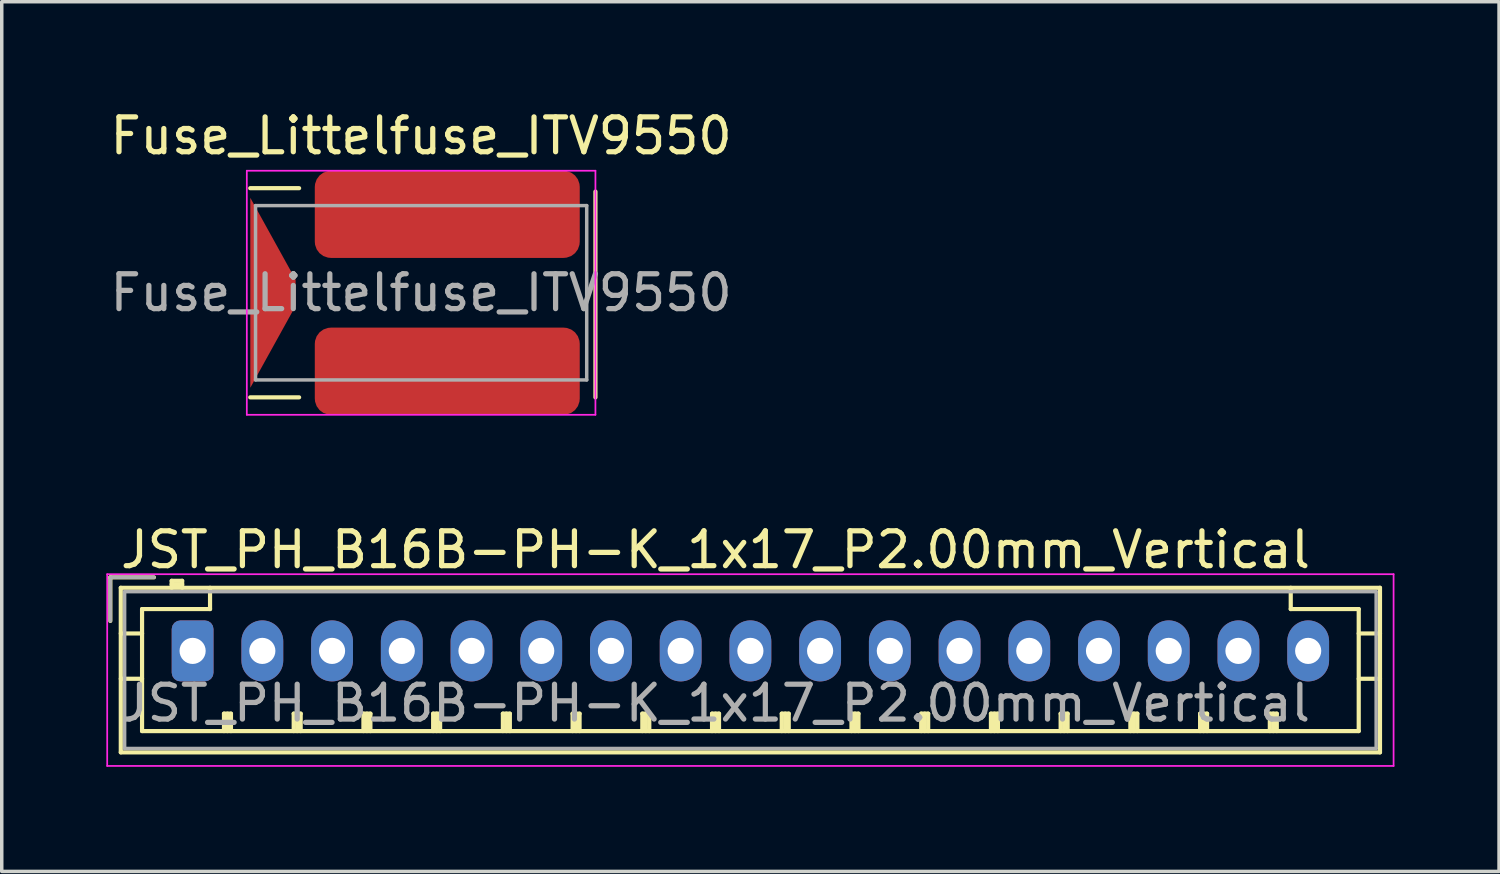
<source format=kicad_pcb>
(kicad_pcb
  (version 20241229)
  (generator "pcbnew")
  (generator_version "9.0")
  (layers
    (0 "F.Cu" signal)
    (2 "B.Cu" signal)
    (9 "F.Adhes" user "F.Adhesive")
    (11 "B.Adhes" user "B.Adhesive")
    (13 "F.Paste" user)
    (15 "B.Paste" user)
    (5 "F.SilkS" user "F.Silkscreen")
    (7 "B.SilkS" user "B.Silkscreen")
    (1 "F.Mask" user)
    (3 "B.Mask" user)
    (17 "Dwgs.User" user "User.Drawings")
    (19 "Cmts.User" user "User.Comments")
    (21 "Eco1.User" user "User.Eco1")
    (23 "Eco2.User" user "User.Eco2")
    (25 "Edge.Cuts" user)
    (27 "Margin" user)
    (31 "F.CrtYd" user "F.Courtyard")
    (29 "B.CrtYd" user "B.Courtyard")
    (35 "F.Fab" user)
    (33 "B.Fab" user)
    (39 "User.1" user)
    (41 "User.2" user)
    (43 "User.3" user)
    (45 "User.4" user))
  (footprint "Fuse_Littelfuse_ITV9550"
    (layer "F.Cu")
    (at 9.03 5.348)
    (property "Reference" "Fuse_Littelfuse_ITV9550" (at 0 -4.5 0) (layer "F.SilkS") (effects (font (size 1 1) (thickness 0.15))))
    (attr smd)
    (fp_line (start -4.902 -3) (end -3.5 -3) (stroke (width 0.12) (type solid)) (layer "F.SilkS"))
    (fp_line (start -4.902 3) (end -3.5 3) (stroke (width 0.12) (type solid)) (layer "F.SilkS"))
    (fp_line (start 5 3) (end 5 -2.902) (stroke (width 0.12) (type solid)) (layer "F.SilkS"))
    (fp_line (start -5 -3.5) (end 5 -3.5) (stroke (width 0.05) (type solid)) (layer "F.CrtYd"))
    (fp_line (start -5 3.5) (end -5 -3.5) (stroke (width 0.05) (type solid)) (layer "F.CrtYd"))
    (fp_line (start 5 -3.5) (end 5 3.5) (stroke (width 0.05) (type solid)) (layer "F.CrtYd"))
    (fp_line (start 5 3.5) (end -5 3.5) (stroke (width 0.05) (type solid)) (layer "F.CrtYd"))
    (fp_line (start -4.75 -2.5) (end 4.75 -2.5) (stroke (width 0.1) (type solid)) (layer "F.Fab"))
    (fp_line (start -4.75 2.5) (end -4.75 -2.5) (stroke (width 0.1) (type solid)) (layer "F.Fab"))
    (fp_line (start 4.75 -2.5) (end 4.75 2.5) (stroke (width 0.1) (type solid)) (layer "F.Fab"))
    (fp_line (start 4.75 2.5) (end -4.75 2.5) (stroke (width 0.1) (type solid)) (layer "F.Fab"))
    (fp_text user "${REFERENCE}" (at 0 0 0) (layer "F.Fab") (effects (font (size 1 1) (thickness 0.15))))
    (pad "1" smd roundrect (at 0.75 -2.25) (size 7.6 2.5) (layers "F.Cu" "F.Mask" "F.Paste") (roundrect_rratio 0.185))
    (pad "2" smd trapezoid (at -4.25 0 270) (size 3.1 1.3) (rect_delta 0 2.35) (layers "F.Cu" "F.Mask" "F.Paste"))
    (pad "3" smd roundrect (at 0.75 2.25) (size 7.6 2.5) (layers "F.Cu" "F.Mask" "F.Paste") (roundrect_rratio 0.185)))
  (footprint "JST_PH_B16B-PH-K_1x17_P2.00mm_Vertical"
    (layer "F.Cu")
    (at 2.475 15.621)
    (property "Reference" "JST_PH_B16B-PH-K_1x17_P2.00mm_Vertical" (at 15 -2.9 0) (layer "F.SilkS") (effects (font (size 1 1) (thickness 0.15))))
    (attr through_hole)
    (fp_line (start -2.36 -2.11) (end -2.36 -0.86) (stroke (width 0.12) (type solid)) (layer "F.SilkS"))
    (fp_line (start -2.06 -1.81) (end -2.06 2.91) (stroke (width 0.12) (type solid)) (layer "F.SilkS"))
    (fp_line (start -2.06 -0.5) (end -1.45 -0.5) (stroke (width 0.12) (type solid)) (layer "F.SilkS"))
    (fp_line (start -2.06 0.8) (end -1.45 0.8) (stroke (width 0.12) (type solid)) (layer "F.SilkS"))
    (fp_line (start -2.06 2.91) (end 34.06 2.91) (stroke (width 0.12) (type solid)) (layer "F.SilkS"))
    (fp_line (start -1.45 -1.2) (end -1.45 2.3) (stroke (width 0.12) (type solid)) (layer "F.SilkS"))
    (fp_line (start -1.45 2.3) (end 33.45 2.3) (stroke (width 0.12) (type solid)) (layer "F.SilkS"))
    (fp_line (start -1.11 -2.11) (end -2.36 -2.11) (stroke (width 0.12) (type solid)) (layer "F.SilkS"))
    (fp_line (start -0.6 -2.01) (end -0.6 -1.81) (stroke (width 0.12) (type solid)) (layer "F.SilkS"))
    (fp_line (start -0.3 -2.01) (end -0.6 -2.01) (stroke (width 0.12) (type solid)) (layer "F.SilkS"))
    (fp_line (start -0.3 -1.91) (end -0.6 -1.91) (stroke (width 0.12) (type solid)) (layer "F.SilkS"))
    (fp_line (start -0.3 -1.81) (end -0.3 -2.01) (stroke (width 0.12) (type solid)) (layer "F.SilkS"))
    (fp_line (start 0.5 -1.81) (end 0.5 -1.2) (stroke (width 0.12) (type solid)) (layer "F.SilkS"))
    (fp_line (start 0.5 -1.2) (end -1.45 -1.2) (stroke (width 0.12) (type solid)) (layer "F.SilkS"))
    (fp_line (start 0.9 1.8) (end 1.1 1.8) (stroke (width 0.12) (type solid)) (layer "F.SilkS"))
    (fp_line (start 0.9 2.3) (end 0.9 1.8) (stroke (width 0.12) (type solid)) (layer "F.SilkS"))
    (fp_line (start 1 2.3) (end 1 1.8) (stroke (width 0.12) (type solid)) (layer "F.SilkS"))
    (fp_line (start 1.1 1.8) (end 1.1 2.3) (stroke (width 0.12) (type solid)) (layer "F.SilkS"))
    (fp_line (start 2.9 1.8) (end 3.1 1.8) (stroke (width 0.12) (type solid)) (layer "F.SilkS"))
    (fp_line (start 2.9 2.3) (end 2.9 1.8) (stroke (width 0.12) (type solid)) (layer "F.SilkS"))
    (fp_line (start 3 2.3) (end 3 1.8) (stroke (width 0.12) (type solid)) (layer "F.SilkS"))
    (fp_line (start 3.1 1.8) (end 3.1 2.3) (stroke (width 0.12) (type solid)) (layer "F.SilkS"))
    (fp_line (start 4.9 1.8) (end 5.1 1.8) (stroke (width 0.12) (type solid)) (layer "F.SilkS"))
    (fp_line (start 4.9 2.3) (end 4.9 1.8) (stroke (width 0.12) (type solid)) (layer "F.SilkS"))
    (fp_line (start 5 2.3) (end 5 1.8) (stroke (width 0.12) (type solid)) (layer "F.SilkS"))
    (fp_line (start 5.1 1.8) (end 5.1 2.3) (stroke (width 0.12) (type solid)) (layer "F.SilkS"))
    (fp_line (start 6.9 1.8) (end 7.1 1.8) (stroke (width 0.12) (type solid)) (layer "F.SilkS"))
    (fp_line (start 6.9 2.3) (end 6.9 1.8) (stroke (width 0.12) (type solid)) (layer "F.SilkS"))
    (fp_line (start 7 2.3) (end 7 1.8) (stroke (width 0.12) (type solid)) (layer "F.SilkS"))
    (fp_line (start 7.1 1.8) (end 7.1 2.3) (stroke (width 0.12) (type solid)) (layer "F.SilkS"))
    (fp_line (start 8.9 1.8) (end 9.1 1.8) (stroke (width 0.12) (type solid)) (layer "F.SilkS"))
    (fp_line (start 8.9 2.3) (end 8.9 1.8) (stroke (width 0.12) (type solid)) (layer "F.SilkS"))
    (fp_line (start 9 2.3) (end 9 1.8) (stroke (width 0.12) (type solid)) (layer "F.SilkS"))
    (fp_line (start 9.1 1.8) (end 9.1 2.3) (stroke (width 0.12) (type solid)) (layer "F.SilkS"))
    (fp_line (start 10.9 1.8) (end 11.1 1.8) (stroke (width 0.12) (type solid)) (layer "F.SilkS"))
    (fp_line (start 10.9 2.3) (end 10.9 1.8) (stroke (width 0.12) (type solid)) (layer "F.SilkS"))
    (fp_line (start 11 2.3) (end 11 1.8) (stroke (width 0.12) (type solid)) (layer "F.SilkS"))
    (fp_line (start 11.1 1.8) (end 11.1 2.3) (stroke (width 0.12) (type solid)) (layer "F.SilkS"))
    (fp_line (start 12.9 1.8) (end 13.1 1.8) (stroke (width 0.12) (type solid)) (layer "F.SilkS"))
    (fp_line (start 12.9 2.3) (end 12.9 1.8) (stroke (width 0.12) (type solid)) (layer "F.SilkS"))
    (fp_line (start 13 2.3) (end 13 1.8) (stroke (width 0.12) (type solid)) (layer "F.SilkS"))
    (fp_line (start 13.1 1.8) (end 13.1 2.3) (stroke (width 0.12) (type solid)) (layer "F.SilkS"))
    (fp_line (start 14.9 1.8) (end 15.1 1.8) (stroke (width 0.12) (type solid)) (layer "F.SilkS"))
    (fp_line (start 14.9 2.3) (end 14.9 1.8) (stroke (width 0.12) (type solid)) (layer "F.SilkS"))
    (fp_line (start 15 2.3) (end 15 1.8) (stroke (width 0.12) (type solid)) (layer "F.SilkS"))
    (fp_line (start 15.1 1.8) (end 15.1 2.3) (stroke (width 0.12) (type solid)) (layer "F.SilkS"))
    (fp_line (start 16.9 1.8) (end 17.1 1.8) (stroke (width 0.12) (type solid)) (layer "F.SilkS"))
    (fp_line (start 16.9 2.3) (end 16.9 1.8) (stroke (width 0.12) (type solid)) (layer "F.SilkS"))
    (fp_line (start 17 2.3) (end 17 1.8) (stroke (width 0.12) (type solid)) (layer "F.SilkS"))
    (fp_line (start 17.1 1.8) (end 17.1 2.3) (stroke (width 0.12) (type solid)) (layer "F.SilkS"))
    (fp_line (start 18.9 1.8) (end 19.1 1.8) (stroke (width 0.12) (type solid)) (layer "F.SilkS"))
    (fp_line (start 18.9 2.3) (end 18.9 1.8) (stroke (width 0.12) (type solid)) (layer "F.SilkS"))
    (fp_line (start 19 2.3) (end 19 1.8) (stroke (width 0.12) (type solid)) (layer "F.SilkS"))
    (fp_line (start 19.1 1.8) (end 19.1 2.3) (stroke (width 0.12) (type solid)) (layer "F.SilkS"))
    (fp_line (start 20.9 1.8) (end 21.1 1.8) (stroke (width 0.12) (type solid)) (layer "F.SilkS"))
    (fp_line (start 20.9 2.3) (end 20.9 1.8) (stroke (width 0.12) (type solid)) (layer "F.SilkS"))
    (fp_line (start 21 2.3) (end 21 1.8) (stroke (width 0.12) (type solid)) (layer "F.SilkS"))
    (fp_line (start 21.1 1.8) (end 21.1 2.3) (stroke (width 0.12) (type solid)) (layer "F.SilkS"))
    (fp_line (start 22.9 1.8) (end 23.1 1.8) (stroke (width 0.12) (type solid)) (layer "F.SilkS"))
    (fp_line (start 22.9 2.3) (end 22.9 1.8) (stroke (width 0.12) (type solid)) (layer "F.SilkS"))
    (fp_line (start 23 2.3) (end 23 1.8) (stroke (width 0.12) (type solid)) (layer "F.SilkS"))
    (fp_line (start 23.1 1.8) (end 23.1 2.3) (stroke (width 0.12) (type solid)) (layer "F.SilkS"))
    (fp_line (start 24.9 1.8) (end 25.1 1.8) (stroke (width 0.12) (type solid)) (layer "F.SilkS"))
    (fp_line (start 24.9 2.3) (end 24.9 1.8) (stroke (width 0.12) (type solid)) (layer "F.SilkS"))
    (fp_line (start 25 2.3) (end 25 1.8) (stroke (width 0.12) (type solid)) (layer "F.SilkS"))
    (fp_line (start 25.1 1.8) (end 25.1 2.3) (stroke (width 0.12) (type solid)) (layer "F.SilkS"))
    (fp_line (start 26.9 1.8) (end 27.1 1.8) (stroke (width 0.12) (type solid)) (layer "F.SilkS"))
    (fp_line (start 26.9 2.3) (end 26.9 1.8) (stroke (width 0.12) (type solid)) (layer "F.SilkS"))
    (fp_line (start 27 2.3) (end 27 1.8) (stroke (width 0.12) (type solid)) (layer "F.SilkS"))
    (fp_line (start 27.1 1.8) (end 27.1 2.3) (stroke (width 0.12) (type solid)) (layer "F.SilkS"))
    (fp_line (start 28.9 1.8) (end 29.1 1.8) (stroke (width 0.12) (type solid)) (layer "F.SilkS"))
    (fp_line (start 28.9 2.3) (end 28.9 1.8) (stroke (width 0.12) (type solid)) (layer "F.SilkS"))
    (fp_line (start 29 2.3) (end 29 1.8) (stroke (width 0.12) (type solid)) (layer "F.SilkS"))
    (fp_line (start 29.1 1.8) (end 29.1 2.3) (stroke (width 0.12) (type solid)) (layer "F.SilkS"))
    (fp_line (start 30.9 1.8) (end 31.1 1.8) (stroke (width 0.12) (type solid)) (layer "F.SilkS"))
    (fp_line (start 30.9 2.3) (end 30.9 1.8) (stroke (width 0.12) (type solid)) (layer "F.SilkS"))
    (fp_line (start 31 2.3) (end 31 1.8) (stroke (width 0.12) (type solid)) (layer "F.SilkS"))
    (fp_line (start 31.1 1.8) (end 31.1 2.3) (stroke (width 0.12) (type solid)) (layer "F.SilkS"))
    (fp_line (start 31.5 -1.2) (end 31.5 -1.81) (stroke (width 0.12) (type solid)) (layer "F.SilkS"))
    (fp_line (start 33.45 -1.2) (end 31.5 -1.2) (stroke (width 0.12) (type solid)) (layer "F.SilkS"))
    (fp_line (start 33.45 2.3) (end 33.45 -1.2) (stroke (width 0.12) (type solid)) (layer "F.SilkS"))
    (fp_line (start 34.06 -1.81) (end -2.06 -1.81) (stroke (width 0.12) (type solid)) (layer "F.SilkS"))
    (fp_line (start 34.06 -0.5) (end 33.45 -0.5) (stroke (width 0.12) (type solid)) (layer "F.SilkS"))
    (fp_line (start 34.06 0.8) (end 33.45 0.8) (stroke (width 0.12) (type solid)) (layer "F.SilkS"))
    (fp_line (start 34.06 2.91) (end 34.06 -1.81) (stroke (width 0.12) (type solid)) (layer "F.SilkS"))
    (fp_line (start -2.45 -2.2) (end -2.45 3.3) (stroke (width 0.05) (type solid)) (layer "F.CrtYd"))
    (fp_line (start -2.45 3.3) (end 34.45 3.3) (stroke (width 0.05) (type solid)) (layer "F.CrtYd"))
    (fp_line (start 34.45 -2.2) (end -2.45 -2.2) (stroke (width 0.05) (type solid)) (layer "F.CrtYd"))
    (fp_line (start 34.45 3.3) (end 34.45 -2.2) (stroke (width 0.05) (type solid)) (layer "F.CrtYd"))
    (fp_line (start -2.36 -2.11) (end -2.36 -0.86) (stroke (width 0.1) (type solid)) (layer "F.Fab"))
    (fp_line (start -1.95 -1.7) (end -1.95 2.8) (stroke (width 0.1) (type solid)) (layer "F.Fab"))
    (fp_line (start -1.95 2.8) (end 33.95 2.8) (stroke (width 0.1) (type solid)) (layer "F.Fab"))
    (fp_line (start -1.11 -2.11) (end -2.36 -2.11) (stroke (width 0.1) (type solid)) (layer "F.Fab"))
    (fp_line (start 33.95 -1.7) (end -1.95 -1.7) (stroke (width 0.1) (type solid)) (layer "F.Fab"))
    (fp_line (start 33.95 2.8) (end 33.95 -1.7) (stroke (width 0.1) (type solid)) (layer "F.Fab"))
    (fp_text user "${REFERENCE}" (at 15 1.5 0) (layer "F.Fab") (effects (font (size 1 1) (thickness 0.15))))
    (pad "1" thru_hole roundrect (at 0 0) (size 1.2 1.75) (drill 0.75) (layers "*.Cu" "*.Mask") (roundrect_rratio 0.208))
    (pad "2" thru_hole oval (at 2 0) (size 1.2 1.75) (drill 0.75) (layers "*.Cu" "*.Mask"))
    (pad "3" thru_hole oval (at 4 0) (size 1.2 1.75) (drill 0.75) (layers "*.Cu" "*.Mask"))
    (pad "4" thru_hole oval (at 6 0) (size 1.2 1.75) (drill 0.75) (layers "*.Cu" "*.Mask"))
    (pad "5" thru_hole oval (at 8 0) (size 1.2 1.75) (drill 0.75) (layers "*.Cu" "*.Mask"))
    (pad "6" thru_hole oval (at 10 0) (size 1.2 1.75) (drill 0.75) (layers "*.Cu" "*.Mask"))
    (pad "7" thru_hole oval (at 12 0) (size 1.2 1.75) (drill 0.75) (layers "*.Cu" "*.Mask"))
    (pad "8" thru_hole oval (at 14 0) (size 1.2 1.75) (drill 0.75) (layers "*.Cu" "*.Mask"))
    (pad "9" thru_hole oval (at 16 0) (size 1.2 1.75) (drill 0.75) (layers "*.Cu" "*.Mask"))
    (pad "10" thru_hole oval (at 18 0) (size 1.2 1.75) (drill 0.75) (layers "*.Cu" "*.Mask"))
    (pad "11" thru_hole oval (at 20 0) (size 1.2 1.75) (drill 0.75) (layers "*.Cu" "*.Mask"))
    (pad "12" thru_hole oval (at 22 0) (size 1.2 1.75) (drill 0.75) (layers "*.Cu" "*.Mask"))
    (pad "13" thru_hole oval (at 24 0) (size 1.2 1.75) (drill 0.75) (layers "*.Cu" "*.Mask"))
    (pad "14" thru_hole oval (at 26 0) (size 1.2 1.75) (drill 0.75) (layers "*.Cu" "*.Mask"))
    (pad "15" thru_hole oval (at 28 0) (size 1.2 1.75) (drill 0.75) (layers "*.Cu" "*.Mask"))
    (pad "16" thru_hole oval (at 30 0) (size 1.2 1.75) (drill 0.75) (layers "*.Cu" "*.Mask"))
    (pad "17" thru_hole oval (at 32 0) (size 1.2 1.75) (drill 0.75) (layers "*.Cu" "*.Mask")))
  (gr_rect
    (start -3 -3)
    (end 39.95 21.947)
    (stroke (width 0.1) (type default))
    (fill no)
    (layer "Edge.Cuts")))
</source>
